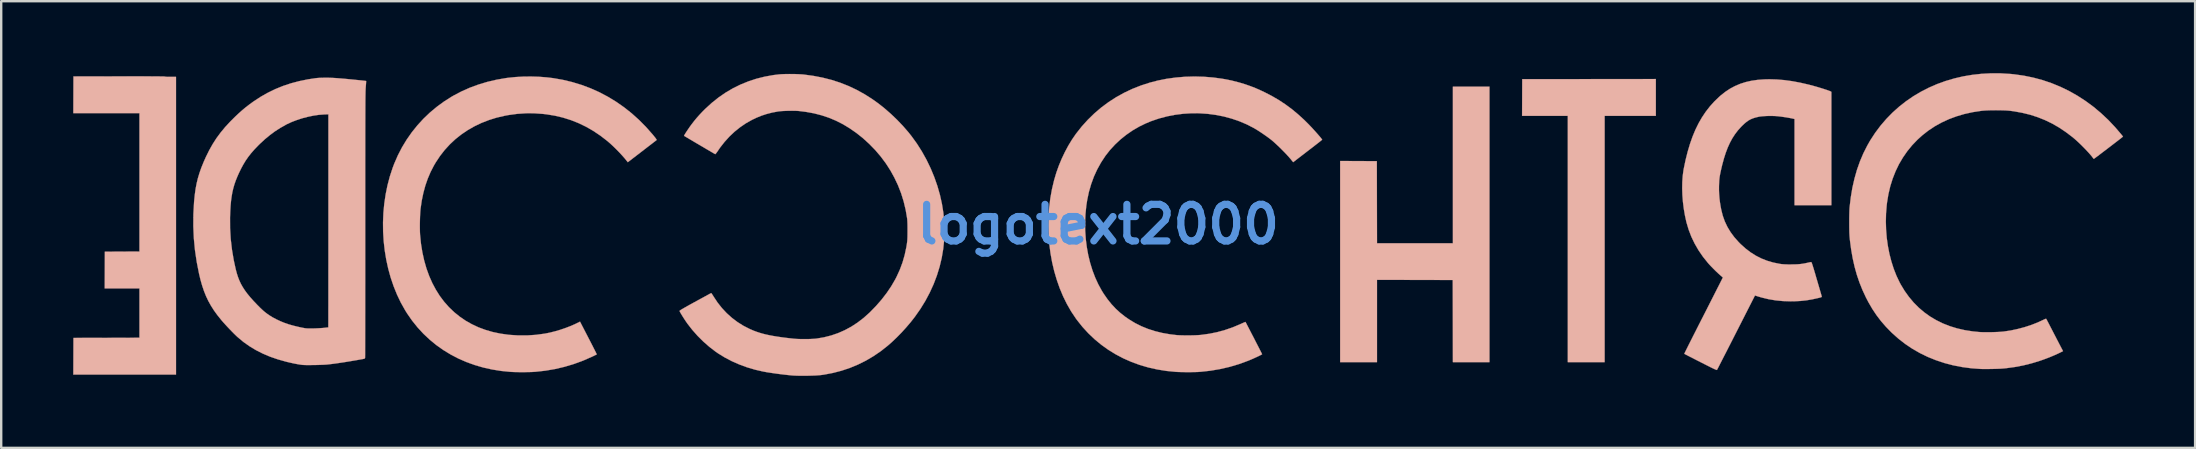
<source format=kicad_pcb>
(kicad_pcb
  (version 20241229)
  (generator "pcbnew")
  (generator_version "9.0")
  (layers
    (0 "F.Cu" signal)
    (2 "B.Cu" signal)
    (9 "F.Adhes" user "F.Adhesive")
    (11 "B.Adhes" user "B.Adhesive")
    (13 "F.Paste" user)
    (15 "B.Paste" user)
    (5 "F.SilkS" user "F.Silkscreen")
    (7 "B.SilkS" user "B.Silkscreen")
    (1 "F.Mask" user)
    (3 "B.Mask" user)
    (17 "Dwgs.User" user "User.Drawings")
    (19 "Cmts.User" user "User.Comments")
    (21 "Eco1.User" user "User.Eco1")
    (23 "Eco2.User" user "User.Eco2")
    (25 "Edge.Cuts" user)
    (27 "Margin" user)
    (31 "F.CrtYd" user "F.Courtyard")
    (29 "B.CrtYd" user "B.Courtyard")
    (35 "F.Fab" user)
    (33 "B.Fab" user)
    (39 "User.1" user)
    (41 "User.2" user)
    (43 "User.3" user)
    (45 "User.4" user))
  (footprint "logotext2000"
    (layer "F.Cu")
    (at 42.715 6.301)
    (property "Reference" "logotext2000" (at 0 0 0) (layer "Cmts.User") (effects (font (size 1.524 1.524) (thickness 0.3))))
    (attr through_hole)
    (fp_poly (pts (xy 23.241 -4.521) (xy 21.107 -4.521) (xy 21.107 5.74) (xy 19.571 5.74) (xy 19.571 -4.521) (xy 17.666 -4.521) (xy 17.669 -5.286) (xy 17.672 -6.052) (xy 20.457 -6.055) (xy 23.241 -6.058) (xy 23.241 -4.521)) (stroke (width 0.01) (type solid)) (fill yes) (layer "B.SilkS"))
    (fp_poly (pts (xy 16.307 5.74) (xy 14.783 5.74) (xy 14.78 4.029) (xy 14.776 2.318) (xy 11.62 2.311) (xy 11.62 5.74) (xy 10.084 5.74) (xy 10.084 -2.642) (xy 10.849 -2.639) (xy 11.614 -2.635) (xy 11.617 -0.924) (xy 11.621 0.787) (xy 14.783 0.787) (xy 14.783 -5.74) (xy 16.307 -5.74) (xy 16.307 5.74)) (stroke (width 0.01) (type solid)) (fill yes) (layer "B.SilkS"))
    (fp_poly (pts (xy -39.978 -6.17) (xy -39.756 -6.169) (xy -39.559 -6.169) (xy -39.387 -6.168) (xy -39.241 -6.168) (xy -39.12 -6.166) (xy -39.024 -6.165) (xy -38.953 -6.164) (xy -38.908 -6.162) (xy -38.888 -6.16) (xy -38.887 -6.16) (xy -38.875 -6.155) (xy -38.839 -6.151) (xy -38.78 -6.148) (xy -38.702 -6.147) (xy -38.659 -6.147) (xy -38.43 -6.147) (xy -38.43 6.261) (xy -42.71 6.261) (xy -42.707 5.496) (xy -42.704 4.731) (xy -41.329 4.728) (xy -39.954 4.724) (xy -39.954 3.696) (xy -39.954 2.667) (xy -41.402 2.667) (xy -41.399 1.902) (xy -41.396 1.137) (xy -39.954 1.13) (xy -39.954 -4.636) (xy -42.71 -4.636) (xy -42.707 -5.401) (xy -42.704 -6.166) (xy -40.796 -6.169) (xy -40.498 -6.169) (xy -40.225 -6.17) (xy -39.978 -6.17)) (stroke (width 0.01) (type solid)) (fill yes) (layer "B.SilkS"))
    (fp_poly (pts (xy -23.305 -6.152) (xy -22.983 -6.127) (xy -22.714 -6.095) (xy -22.309 -6.024) (xy -21.913 -5.929) (xy -21.527 -5.811) (xy -21.151 -5.67) (xy -20.786 -5.507) (xy -20.432 -5.32) (xy -20.09 -5.112) (xy -19.759 -4.881) (xy -19.44 -4.628) (xy -19.135 -4.354) (xy -18.842 -4.058) (xy -18.562 -3.741) (xy -18.474 -3.633) (xy -18.44 -3.589) (xy -18.415 -3.552) (xy -18.4 -3.526) (xy -18.399 -3.517) (xy -18.41 -3.508) (xy -18.44 -3.484) (xy -18.487 -3.448) (xy -18.548 -3.401) (xy -18.623 -3.343) (xy -18.708 -3.278) (xy -18.803 -3.205) (xy -18.906 -3.126) (xy -19.005 -3.049) (xy -19.602 -2.591) (xy -19.634 -2.632) (xy -19.727 -2.746) (xy -19.836 -2.87) (xy -19.955 -2.999) (xy -20.081 -3.128) (xy -20.207 -3.252) (xy -20.33 -3.366) (xy -20.445 -3.465) (xy -20.451 -3.471) (xy -20.74 -3.694) (xy -21.036 -3.893) (xy -21.34 -4.068) (xy -21.652 -4.219) (xy -21.973 -4.346) (xy -22.303 -4.45) (xy -22.642 -4.53) (xy -22.991 -4.587) (xy -23.127 -4.603) (xy -23.492 -4.629) (xy -23.853 -4.63) (xy -24.212 -4.606) (xy -24.572 -4.557) (xy -24.733 -4.527) (xy -25.068 -4.449) (xy -25.389 -4.349) (xy -25.698 -4.229) (xy -25.992 -4.089) (xy -26.272 -3.929) (xy -26.536 -3.75) (xy -26.785 -3.553) (xy -27.016 -3.337) (xy -27.231 -3.103) (xy -27.427 -2.852) (xy -27.605 -2.584) (xy -27.684 -2.449) (xy -27.821 -2.183) (xy -27.939 -1.906) (xy -28.04 -1.616) (xy -28.122 -1.312) (xy -28.189 -0.991) (xy -28.238 -0.653) (xy -28.239 -0.648) (xy -28.247 -0.561) (xy -28.254 -0.454) (xy -28.26 -0.333) (xy -28.264 -0.202) (xy -28.267 -0.067) (xy -28.268 0.067) (xy -28.267 0.194) (xy -28.265 0.309) (xy -28.26 0.407) (xy -28.259 0.432) (xy -28.221 0.806) (xy -28.163 1.166) (xy -28.087 1.509) (xy -27.993 1.837) (xy -27.88 2.148) (xy -27.75 2.443) (xy -27.602 2.72) (xy -27.438 2.981) (xy -27.256 3.223) (xy -27.057 3.448) (xy -26.843 3.654) (xy -26.612 3.841) (xy -26.366 4.01) (xy -26.105 4.158) (xy -25.829 4.288) (xy -25.537 4.396) (xy -25.232 4.485) (xy -24.913 4.552) (xy -24.579 4.599) (xy -24.543 4.603) (xy -24.169 4.627) (xy -23.8 4.627) (xy -23.434 4.603) (xy -23.07 4.554) (xy -23.058 4.552) (xy -22.856 4.512) (xy -22.641 4.458) (xy -22.422 4.394) (xy -22.204 4.32) (xy -21.995 4.24) (xy -21.802 4.156) (xy -21.728 4.12) (xy -21.593 4.053) (xy -21.242 4.733) (xy -21.179 4.854) (xy -21.12 4.969) (xy -21.065 5.075) (xy -21.017 5.171) (xy -20.975 5.253) (xy -20.941 5.321) (xy -20.915 5.373) (xy -20.9 5.405) (xy -20.895 5.418) (xy -20.895 5.418) (xy -20.907 5.424) (xy -20.939 5.44) (xy -20.985 5.463) (xy -21.043 5.491) (xy -21.083 5.51) (xy -21.458 5.675) (xy -21.843 5.816) (xy -22.235 5.934) (xy -22.634 6.028) (xy -23.038 6.097) (xy -23.445 6.142) (xy -23.506 6.146) (xy -23.59 6.151) (xy -23.694 6.154) (xy -23.811 6.156) (xy -23.937 6.157) (xy -24.066 6.157) (xy -24.192 6.156) (xy -24.309 6.154) (xy -24.411 6.15) (xy -24.492 6.146) (xy -24.883 6.107) (xy -25.263 6.046) (xy -25.632 5.963) (xy -25.99 5.859) (xy -26.335 5.734) (xy -26.668 5.588) (xy -26.987 5.421) (xy -27.292 5.235) (xy -27.583 5.029) (xy -27.858 4.803) (xy -28.118 4.559) (xy -28.361 4.296) (xy -28.587 4.015) (xy -28.796 3.716) (xy -28.881 3.579) (xy -29.06 3.261) (xy -29.22 2.927) (xy -29.361 2.579) (xy -29.483 2.22) (xy -29.585 1.851) (xy -29.668 1.473) (xy -29.731 1.089) (xy -29.775 0.701) (xy -29.799 0.309) (xy -29.803 -0.083) (xy -29.787 -0.475) (xy -29.751 -0.864) (xy -29.694 -1.249) (xy -29.617 -1.628) (xy -29.519 -1.999) (xy -29.4 -2.361) (xy -29.335 -2.532) (xy -29.184 -2.878) (xy -29.012 -3.211) (xy -28.818 -3.531) (xy -28.604 -3.837) (xy -28.37 -4.128) (xy -28.118 -4.403) (xy -27.848 -4.661) (xy -27.56 -4.901) (xy -27.257 -5.123) (xy -26.938 -5.325) (xy -26.867 -5.366) (xy -26.536 -5.54) (xy -26.19 -5.694) (xy -25.831 -5.826) (xy -25.46 -5.938) (xy -25.078 -6.028) (xy -24.687 -6.096) (xy -24.597 -6.108) (xy -24.287 -6.14) (xy -23.964 -6.158) (xy -23.634 -6.162) (xy -23.305 -6.152)) (stroke (width 0.01) (type solid)) (fill yes) (layer "B.SilkS"))
    (fp_poly (pts (xy 4.407 -6.152) (xy 4.796 -6.121) (xy 5.179 -6.069) (xy 5.553 -5.997) (xy 5.89 -5.91) (xy 6.128 -5.838) (xy 6.353 -5.759) (xy 6.575 -5.672) (xy 6.801 -5.571) (xy 6.966 -5.492) (xy 7.263 -5.337) (xy 7.543 -5.173) (xy 7.811 -4.995) (xy 8.071 -4.803) (xy 8.325 -4.592) (xy 8.579 -4.361) (xy 8.719 -4.223) (xy 8.781 -4.161) (xy 8.848 -4.09) (xy 8.918 -4.016) (xy 8.989 -3.938) (xy 9.059 -3.861) (xy 9.125 -3.787) (xy 9.186 -3.717) (xy 9.24 -3.654) (xy 9.283 -3.602) (xy 9.314 -3.562) (xy 9.332 -3.536) (xy 9.335 -3.529) (xy 9.325 -3.519) (xy 9.296 -3.496) (xy 9.252 -3.46) (xy 9.192 -3.413) (xy 9.119 -3.356) (xy 9.034 -3.29) (xy 8.94 -3.217) (xy 8.838 -3.139) (xy 8.73 -3.056) (xy 8.126 -2.592) (xy 8.011 -2.734) (xy 7.949 -2.806) (xy 7.872 -2.891) (xy 7.784 -2.985) (xy 7.687 -3.083) (xy 7.587 -3.183) (xy 7.487 -3.279) (xy 7.39 -3.369) (xy 7.302 -3.449) (xy 7.225 -3.514) (xy 7.214 -3.523) (xy 7.124 -3.592) (xy 7.02 -3.668) (xy 6.907 -3.747) (xy 6.791 -3.826) (xy 6.678 -3.9) (xy 6.573 -3.965) (xy 6.493 -4.012) (xy 6.197 -4.165) (xy 5.889 -4.296) (xy 5.57 -4.406) (xy 5.243 -4.495) (xy 4.91 -4.561) (xy 4.571 -4.606) (xy 4.23 -4.629) (xy 3.887 -4.631) (xy 3.545 -4.61) (xy 3.206 -4.567) (xy 2.87 -4.502) (xy 2.54 -4.415) (xy 2.219 -4.306) (xy 1.982 -4.208) (xy 1.701 -4.071) (xy 1.43 -3.912) (xy 1.172 -3.734) (xy 0.929 -3.539) (xy 0.702 -3.327) (xy 0.494 -3.101) (xy 0.307 -2.863) (xy 0.297 -2.849) (xy 0.117 -2.575) (xy -0.041 -2.289) (xy -0.178 -1.99) (xy -0.292 -1.679) (xy -0.386 -1.354) (xy -0.457 -1.016) (xy -0.495 -0.77) (xy -0.529 -0.424) (xy -0.544 -0.077) (xy -0.54 0.269) (xy -0.516 0.613) (xy -0.473 0.951) (xy -0.413 1.282) (xy -0.334 1.604) (xy -0.238 1.915) (xy -0.125 2.214) (xy 0.005 2.497) (xy 0.151 2.763) (xy 0.232 2.893) (xy 0.392 3.122) (xy 0.558 3.328) (xy 0.734 3.516) (xy 0.923 3.689) (xy 1.128 3.85) (xy 1.291 3.962) (xy 1.54 4.113) (xy 1.802 4.244) (xy 2.077 4.356) (xy 2.366 4.449) (xy 2.67 4.524) (xy 2.991 4.58) (xy 3.245 4.611) (xy 3.33 4.618) (xy 3.435 4.622) (xy 3.554 4.625) (xy 3.682 4.626) (xy 3.815 4.626) (xy 3.945 4.624) (xy 4.068 4.62) (xy 4.178 4.614) (xy 4.271 4.607) (xy 4.288 4.605) (xy 4.63 4.558) (xy 4.961 4.491) (xy 5.283 4.402) (xy 5.603 4.292) (xy 5.923 4.158) (xy 5.95 4.145) (xy 6.013 4.117) (xy 6.067 4.093) (xy 6.109 4.076) (xy 6.134 4.066) (xy 6.139 4.065) (xy 6.146 4.078) (xy 6.164 4.11) (xy 6.19 4.161) (xy 6.224 4.226) (xy 6.265 4.305) (xy 6.311 4.394) (xy 6.361 4.491) (xy 6.414 4.593) (xy 6.469 4.699) (xy 6.524 4.806) (xy 6.578 4.912) (xy 6.63 5.013) (xy 6.679 5.108) (xy 6.723 5.194) (xy 6.761 5.269) (xy 6.793 5.331) (xy 6.816 5.377) (xy 6.829 5.404) (xy 6.833 5.411) (xy 6.822 5.42) (xy 6.791 5.437) (xy 6.743 5.462) (xy 6.683 5.491) (xy 6.613 5.524) (xy 6.536 5.559) (xy 6.458 5.595) (xy 6.379 5.629) (xy 6.305 5.66) (xy 6.252 5.682) (xy 5.872 5.821) (xy 5.482 5.937) (xy 5.084 6.029) (xy 4.679 6.098) (xy 4.269 6.143) (xy 4.223 6.146) (xy 4.146 6.151) (xy 4.048 6.154) (xy 3.936 6.156) (xy 3.815 6.157) (xy 3.69 6.157) (xy 3.566 6.156) (xy 3.448 6.154) (xy 3.343 6.151) (xy 3.254 6.147) (xy 3.226 6.145) (xy 2.835 6.106) (xy 2.454 6.044) (xy 2.084 5.961) (xy 1.726 5.856) (xy 1.38 5.729) (xy 1.047 5.582) (xy 0.727 5.413) (xy 0.421 5.225) (xy 0.129 5.016) (xy -0.148 4.787) (xy -0.409 4.539) (xy -0.654 4.272) (xy -0.882 3.986) (xy -0.936 3.912) (xy -1.129 3.622) (xy -1.305 3.315) (xy -1.463 2.993) (xy -1.604 2.657) (xy -1.726 2.309) (xy -1.831 1.95) (xy -1.918 1.582) (xy -1.986 1.208) (xy -2.035 0.828) (xy -2.065 0.444) (xy -2.077 0.059) (xy -2.068 -0.327) (xy -2.041 -0.712) (xy -1.993 -1.093) (xy -1.925 -1.469) (xy -1.837 -1.839) (xy -1.745 -2.151) (xy -1.642 -2.44) (xy -1.523 -2.728) (xy -1.39 -3.009) (xy -1.245 -3.28) (xy -1.09 -3.535) (xy -0.928 -3.771) (xy -0.927 -3.772) (xy -0.688 -4.075) (xy -0.431 -4.36) (xy -0.159 -4.625) (xy 0.128 -4.87) (xy 0.431 -5.095) (xy 0.749 -5.3) (xy 1.08 -5.484) (xy 1.425 -5.647) (xy 1.783 -5.788) (xy 2.153 -5.908) (xy 2.485 -5.994) (xy 2.856 -6.068) (xy 3.237 -6.12) (xy 3.625 -6.152) (xy 4.016 -6.163) (xy 4.407 -6.152)) (stroke (width 0.01) (type solid)) (fill yes) (layer "B.SilkS"))
    (fp_poly (pts (xy 37.616 -6.294) (xy 38.024 -6.269) (xy 38.176 -6.254) (xy 38.578 -6.197) (xy 38.972 -6.116) (xy 39.359 -6.012) (xy 39.736 -5.884) (xy 40.105 -5.732) (xy 40.464 -5.558) (xy 40.812 -5.361) (xy 41.15 -5.142) (xy 41.477 -4.901) (xy 41.791 -4.638) (xy 42.094 -4.354) (xy 42.383 -4.048) (xy 42.631 -3.758) (xy 42.709 -3.661) (xy 42.681 -3.636) (xy 42.662 -3.62) (xy 42.627 -3.592) (xy 42.576 -3.552) (xy 42.512 -3.503) (xy 42.438 -3.446) (xy 42.356 -3.383) (xy 42.267 -3.315) (xy 42.174 -3.243) (xy 42.079 -3.171) (xy 41.985 -3.099) (xy 41.892 -3.029) (xy 41.805 -2.962) (xy 41.724 -2.901) (xy 41.652 -2.846) (xy 41.591 -2.801) (xy 41.543 -2.765) (xy 41.51 -2.741) (xy 41.495 -2.731) (xy 41.495 -2.731) (xy 41.481 -2.74) (xy 41.462 -2.763) (xy 41.459 -2.767) (xy 41.409 -2.834) (xy 41.342 -2.913) (xy 41.262 -3.003) (xy 41.173 -3.099) (xy 41.076 -3.199) (xy 40.976 -3.3) (xy 40.875 -3.397) (xy 40.776 -3.489) (xy 40.683 -3.571) (xy 40.602 -3.639) (xy 40.32 -3.852) (xy 40.037 -4.041) (xy 39.749 -4.206) (xy 39.454 -4.348) (xy 39.151 -4.469) (xy 38.837 -4.57) (xy 38.509 -4.65) (xy 38.167 -4.712) (xy 38.011 -4.733) (xy 37.921 -4.742) (xy 37.81 -4.749) (xy 37.685 -4.753) (xy 37.549 -4.756) (xy 37.408 -4.757) (xy 37.267 -4.756) (xy 37.131 -4.753) (xy 37.005 -4.748) (xy 36.894 -4.741) (xy 36.805 -4.732) (xy 36.446 -4.677) (xy 36.101 -4.601) (xy 35.772 -4.504) (xy 35.457 -4.387) (xy 35.157 -4.249) (xy 34.873 -4.092) (xy 34.603 -3.914) (xy 34.349 -3.715) (xy 34.145 -3.531) (xy 33.921 -3.297) (xy 33.718 -3.048) (xy 33.535 -2.784) (xy 33.372 -2.506) (xy 33.231 -2.214) (xy 33.11 -1.907) (xy 33.01 -1.588) (xy 32.932 -1.255) (xy 32.875 -0.909) (xy 32.862 -0.8) (xy 32.834 -0.459) (xy 32.826 -0.116) (xy 32.836 0.227) (xy 32.864 0.567) (xy 32.911 0.902) (xy 32.975 1.23) (xy 33.057 1.547) (xy 33.155 1.853) (xy 33.269 2.143) (xy 33.4 2.417) (xy 33.442 2.496) (xy 33.606 2.768) (xy 33.787 3.021) (xy 33.983 3.255) (xy 34.196 3.469) (xy 34.424 3.663) (xy 34.668 3.838) (xy 34.928 3.992) (xy 35.202 4.127) (xy 35.491 4.241) (xy 35.795 4.334) (xy 36.113 4.407) (xy 36.446 4.459) (xy 36.696 4.484) (xy 36.789 4.49) (xy 36.9 4.493) (xy 37.025 4.494) (xy 37.157 4.493) (xy 37.291 4.491) (xy 37.422 4.486) (xy 37.544 4.481) (xy 37.652 4.473) (xy 37.741 4.465) (xy 37.744 4.464) (xy 38.031 4.421) (xy 38.321 4.359) (xy 38.607 4.283) (xy 38.886 4.192) (xy 39.151 4.088) (xy 39.387 3.979) (xy 39.441 3.953) (xy 39.478 3.938) (xy 39.499 3.933) (xy 39.511 3.938) (xy 39.511 3.939) (xy 39.519 3.954) (xy 39.538 3.988) (xy 39.565 4.041) (xy 39.601 4.109) (xy 39.643 4.19) (xy 39.69 4.281) (xy 39.742 4.381) (xy 39.778 4.451) (xy 39.836 4.563) (xy 39.893 4.673) (xy 39.948 4.78) (xy 40 4.879) (xy 40.045 4.967) (xy 40.084 5.041) (xy 40.113 5.098) (xy 40.122 5.114) (xy 40.21 5.282) (xy 40.094 5.34) (xy 39.968 5.4) (xy 39.824 5.464) (xy 39.669 5.529) (xy 39.509 5.591) (xy 39.35 5.649) (xy 39.249 5.684) (xy 38.898 5.791) (xy 38.55 5.878) (xy 38.2 5.944) (xy 37.841 5.993) (xy 37.694 6.007) (xy 37.634 6.011) (xy 37.555 6.015) (xy 37.459 6.019) (xy 37.354 6.022) (xy 37.243 6.024) (xy 37.131 6.026) (xy 37.024 6.027) (xy 36.926 6.027) (xy 36.843 6.026) (xy 36.779 6.025) (xy 36.385 5.996) (xy 36.001 5.945) (xy 35.627 5.872) (xy 35.264 5.777) (xy 34.913 5.66) (xy 34.573 5.523) (xy 34.247 5.364) (xy 33.934 5.185) (xy 33.636 4.985) (xy 33.352 4.765) (xy 33.083 4.525) (xy 33.053 4.496) (xy 32.827 4.264) (xy 32.622 4.027) (xy 32.435 3.782) (xy 32.263 3.524) (xy 32.102 3.248) (xy 31.997 3.047) (xy 31.854 2.74) (xy 31.727 2.425) (xy 31.617 2.101) (xy 31.523 1.764) (xy 31.444 1.413) (xy 31.38 1.046) (xy 31.329 0.66) (xy 31.316 0.527) (xy 31.311 0.457) (xy 31.306 0.366) (xy 31.303 0.258) (xy 31.301 0.138) (xy 31.3 0.01) (xy 31.3 -0.121) (xy 31.3 -0.252) (xy 31.302 -0.377) (xy 31.305 -0.493) (xy 31.308 -0.595) (xy 31.313 -0.679) (xy 31.316 -0.718) (xy 31.365 -1.132) (xy 31.432 -1.53) (xy 31.519 -1.911) (xy 31.623 -2.277) (xy 31.747 -2.627) (xy 31.89 -2.964) (xy 32.053 -3.286) (xy 32.174 -3.498) (xy 32.38 -3.814) (xy 32.604 -4.113) (xy 32.846 -4.395) (xy 33.104 -4.659) (xy 33.378 -4.905) (xy 33.667 -5.132) (xy 33.97 -5.34) (xy 34.287 -5.528) (xy 34.617 -5.697) (xy 34.958 -5.846) (xy 35.311 -5.974) (xy 35.674 -6.081) (xy 36.046 -6.168) (xy 36.427 -6.232) (xy 36.817 -6.275) (xy 37.213 -6.296) (xy 37.616 -6.294)) (stroke (width 0.01) (type solid)) (fill yes) (layer "B.SilkS"))
    (fp_poly (pts (xy 28.279 -6.039) (xy 28.594 -6.013) (xy 28.918 -5.969) (xy 29.254 -5.906) (xy 29.604 -5.826) (xy 29.883 -5.751) (xy 29.984 -5.722) (xy 30.086 -5.691) (xy 30.185 -5.661) (xy 30.278 -5.631) (xy 30.361 -5.604) (xy 30.431 -5.579) (xy 30.485 -5.559) (xy 30.52 -5.545) (xy 30.528 -5.54) (xy 30.556 -5.522) (xy 30.556 -0.8) (xy 29.02 -0.8) (xy 29.02 -4.392) (xy 28.932 -4.412) (xy 28.855 -4.428) (xy 28.76 -4.445) (xy 28.654 -4.463) (xy 28.544 -4.479) (xy 28.436 -4.494) (xy 28.339 -4.505) (xy 28.305 -4.509) (xy 28.206 -4.516) (xy 28.094 -4.519) (xy 27.976 -4.52) (xy 27.858 -4.517) (xy 27.745 -4.511) (xy 27.642 -4.502) (xy 27.556 -4.491) (xy 27.521 -4.484) (xy 27.396 -4.454) (xy 27.287 -4.42) (xy 27.189 -4.379) (xy 27.098 -4.328) (xy 27.009 -4.264) (xy 26.916 -4.186) (xy 26.817 -4.089) (xy 26.784 -4.055) (xy 26.654 -3.91) (xy 26.535 -3.753) (xy 26.426 -3.584) (xy 26.327 -3.4) (xy 26.236 -3.2) (xy 26.153 -2.981) (xy 26.077 -2.742) (xy 26.006 -2.481) (xy 25.977 -2.358) (xy 25.949 -2.236) (xy 25.927 -2.133) (xy 25.91 -2.044) (xy 25.897 -1.964) (xy 25.888 -1.887) (xy 25.881 -1.809) (xy 25.877 -1.723) (xy 25.874 -1.624) (xy 25.873 -1.613) (xy 25.872 -1.433) (xy 25.878 -1.262) (xy 25.891 -1.095) (xy 25.912 -0.923) (xy 25.942 -0.739) (xy 25.967 -0.61) (xy 26.029 -0.363) (xy 26.114 -0.125) (xy 26.222 0.103) (xy 26.354 0.322) (xy 26.509 0.532) (xy 26.689 0.735) (xy 26.773 0.82) (xy 26.98 1.006) (xy 27.192 1.167) (xy 27.411 1.305) (xy 27.639 1.421) (xy 27.878 1.515) (xy 28.13 1.589) (xy 28.396 1.643) (xy 28.423 1.647) (xy 28.487 1.656) (xy 28.557 1.662) (xy 28.638 1.666) (xy 28.733 1.669) (xy 28.848 1.669) (xy 28.867 1.669) (xy 29.005 1.668) (xy 29.124 1.664) (xy 29.231 1.656) (xy 29.332 1.644) (xy 29.434 1.627) (xy 29.543 1.604) (xy 29.572 1.598) (xy 29.625 1.586) (xy 29.672 1.576) (xy 29.703 1.571) (xy 29.711 1.57) (xy 29.717 1.572) (xy 29.724 1.579) (xy 29.732 1.593) (xy 29.741 1.615) (xy 29.754 1.649) (xy 29.769 1.695) (xy 29.788 1.755) (xy 29.812 1.831) (xy 29.84 1.925) (xy 29.874 2.039) (xy 29.913 2.174) (xy 29.942 2.273) (xy 29.98 2.402) (xy 30.016 2.525) (xy 30.049 2.638) (xy 30.079 2.741) (xy 30.105 2.83) (xy 30.126 2.903) (xy 30.142 2.958) (xy 30.152 2.992) (xy 30.155 3.004) (xy 30.156 3.015) (xy 30.15 3.024) (xy 30.134 3.034) (xy 30.104 3.044) (xy 30.056 3.057) (xy 29.998 3.071) (xy 29.754 3.125) (xy 29.515 3.165) (xy 29.272 3.191) (xy 29.019 3.204) (xy 28.854 3.206) (xy 28.539 3.196) (xy 28.237 3.167) (xy 27.941 3.118) (xy 27.648 3.047) (xy 27.488 3) (xy 27.372 2.963) (xy 26.588 4.503) (xy 26.494 4.688) (xy 26.403 4.867) (xy 26.315 5.039) (xy 26.232 5.202) (xy 26.154 5.355) (xy 26.081 5.496) (xy 26.015 5.625) (xy 25.957 5.74) (xy 25.905 5.84) (xy 25.863 5.923) (xy 25.829 5.988) (xy 25.805 6.033) (xy 25.792 6.058) (xy 25.79 6.063) (xy 25.784 6.066) (xy 25.773 6.065) (xy 25.756 6.06) (xy 25.729 6.05) (xy 25.693 6.034) (xy 25.644 6.012) (xy 25.582 5.982) (xy 25.505 5.944) (xy 25.41 5.896) (xy 25.297 5.839) (xy 25.164 5.772) (xy 25.104 5.741) (xy 24.983 5.68) (xy 24.868 5.621) (xy 24.763 5.567) (xy 24.668 5.519) (xy 24.586 5.477) (xy 24.519 5.442) (xy 24.469 5.416) (xy 24.437 5.4) (xy 24.427 5.394) (xy 24.431 5.382) (xy 24.447 5.348) (xy 24.473 5.295) (xy 24.508 5.223) (xy 24.553 5.134) (xy 24.605 5.029) (xy 24.665 4.91) (xy 24.732 4.777) (xy 24.805 4.632) (xy 24.884 4.477) (xy 24.967 4.312) (xy 25.055 4.139) (xy 25.146 3.96) (xy 25.169 3.916) (xy 25.262 3.733) (xy 25.353 3.555) (xy 25.44 3.383) (xy 25.524 3.218) (xy 25.603 3.063) (xy 25.676 2.919) (xy 25.743 2.787) (xy 25.803 2.668) (xy 25.856 2.565) (xy 25.9 2.478) (xy 25.935 2.409) (xy 25.96 2.359) (xy 25.975 2.331) (xy 25.976 2.328) (xy 26.034 2.212) (xy 25.922 2.117) (xy 25.838 2.041) (xy 25.743 1.952) (xy 25.645 1.855) (xy 25.549 1.757) (xy 25.461 1.663) (xy 25.409 1.604) (xy 25.202 1.345) (xy 25.018 1.077) (xy 24.858 0.8) (xy 24.72 0.513) (xy 24.607 0.219) (xy 24.517 -0.083) (xy 24.512 -0.103) (xy 24.452 -0.378) (xy 24.404 -0.659) (xy 24.369 -0.943) (xy 24.347 -1.224) (xy 24.338 -1.501) (xy 24.343 -1.769) (xy 24.361 -2.024) (xy 24.393 -2.262) (xy 24.402 -2.312) (xy 24.479 -2.681) (xy 24.566 -3.028) (xy 24.663 -3.353) (xy 24.77 -3.658) (xy 24.889 -3.944) (xy 25.02 -4.211) (xy 25.164 -4.461) (xy 25.321 -4.695) (xy 25.491 -4.914) (xy 25.675 -5.119) (xy 25.874 -5.311) (xy 25.946 -5.375) (xy 26.136 -5.525) (xy 26.334 -5.656) (xy 26.54 -5.766) (xy 26.757 -5.858) (xy 26.985 -5.931) (xy 27.228 -5.986) (xy 27.485 -6.023) (xy 27.759 -6.043) (xy 27.972 -6.048) (xy 28.279 -6.039)) (stroke (width 0.01) (type solid)) (fill yes) (layer "B.SilkS"))
    (fp_poly (pts (xy -12.728 -6.265) (xy -12.598 -6.263) (xy -12.474 -6.258) (xy -12.364 -6.252) (xy -12.272 -6.245) (xy -12.268 -6.244) (xy -11.87 -6.19) (xy -11.486 -6.116) (xy -11.116 -6.022) (xy -10.758 -5.907) (xy -10.411 -5.77) (xy -10.073 -5.611) (xy -9.744 -5.43) (xy -9.43 -5.232) (xy -9.163 -5.042) (xy -8.896 -4.83) (xy -8.633 -4.6) (xy -8.379 -4.357) (xy -8.138 -4.105) (xy -7.913 -3.846) (xy -7.783 -3.683) (xy -7.555 -3.368) (xy -7.345 -3.037) (xy -7.154 -2.693) (xy -6.982 -2.338) (xy -6.831 -1.974) (xy -6.701 -1.603) (xy -6.594 -1.229) (xy -6.51 -0.852) (xy -6.452 -0.491) (xy -6.416 -0.11) (xy -6.405 0.27) (xy -6.418 0.649) (xy -6.457 1.024) (xy -6.52 1.396) (xy -6.608 1.765) (xy -6.72 2.128) (xy -6.856 2.486) (xy -7.016 2.837) (xy -7.199 3.182) (xy -7.406 3.519) (xy -7.636 3.847) (xy -7.641 3.854) (xy -7.811 4.072) (xy -7.998 4.291) (xy -8.195 4.508) (xy -8.399 4.716) (xy -8.603 4.91) (xy -8.769 5.055) (xy -9.062 5.286) (xy -9.366 5.493) (xy -9.682 5.679) (xy -10.009 5.841) (xy -10.346 5.981) (xy -10.693 6.097) (xy -11.05 6.19) (xy -11.416 6.26) (xy -11.519 6.275) (xy -11.605 6.284) (xy -11.712 6.292) (xy -11.834 6.299) (xy -11.968 6.303) (xy -12.109 6.307) (xy -12.251 6.308) (xy -12.39 6.308) (xy -12.521 6.306) (xy -12.64 6.302) (xy -12.742 6.296) (xy -12.777 6.293) (xy -12.952 6.275) (xy -13.131 6.255) (xy -13.31 6.233) (xy -13.484 6.209) (xy -13.649 6.185) (xy -13.798 6.162) (xy -13.929 6.138) (xy -13.957 6.133) (xy -14.298 6.055) (xy -14.631 5.957) (xy -14.952 5.839) (xy -15.26 5.704) (xy -15.553 5.551) (xy -15.829 5.382) (xy -15.945 5.302) (xy -16.205 5.102) (xy -16.457 4.881) (xy -16.696 4.643) (xy -16.918 4.392) (xy -17.121 4.131) (xy -17.133 4.114) (xy -17.174 4.054) (xy -17.219 3.987) (xy -17.266 3.915) (xy -17.312 3.843) (xy -17.355 3.773) (xy -17.392 3.711) (xy -17.421 3.66) (xy -17.44 3.624) (xy -17.446 3.609) (xy -17.444 3.603) (xy -17.435 3.594) (xy -17.418 3.581) (xy -17.392 3.563) (xy -17.356 3.541) (xy -17.308 3.513) (xy -17.249 3.478) (xy -17.175 3.437) (xy -17.088 3.387) (xy -16.985 3.33) (xy -16.865 3.264) (xy -16.727 3.189) (xy -16.571 3.104) (xy -16.395 3.008) (xy -16.198 2.9) (xy -16.127 2.862) (xy -16.118 2.87) (xy -16.098 2.897) (xy -16.071 2.938) (xy -16.038 2.989) (xy -16.027 3.007) (xy -15.862 3.256) (xy -15.679 3.487) (xy -15.48 3.7) (xy -15.264 3.894) (xy -15.033 4.069) (xy -14.788 4.223) (xy -14.53 4.355) (xy -14.354 4.431) (xy -14.236 4.475) (xy -14.115 4.515) (xy -13.99 4.552) (xy -13.856 4.586) (xy -13.713 4.617) (xy -13.557 4.647) (xy -13.386 4.675) (xy -13.198 4.703) (xy -12.99 4.73) (xy -12.759 4.756) (xy -12.687 4.764) (xy -12.603 4.771) (xy -12.5 4.776) (xy -12.384 4.779) (xy -12.261 4.78) (xy -12.136 4.78) (xy -12.015 4.777) (xy -11.903 4.772) (xy -11.805 4.766) (xy -11.731 4.758) (xy -11.422 4.705) (xy -11.124 4.629) (xy -10.836 4.53) (xy -10.557 4.407) (xy -10.288 4.262) (xy -10.028 4.092) (xy -9.776 3.899) (xy -9.533 3.682) (xy -9.511 3.661) (xy -9.257 3.4) (xy -9.023 3.131) (xy -8.811 2.856) (xy -8.621 2.575) (xy -8.456 2.291) (xy -8.401 2.184) (xy -8.266 1.889) (xy -8.153 1.586) (xy -8.063 1.273) (xy -7.994 0.949) (xy -7.973 0.822) (xy -7.965 0.763) (xy -7.958 0.708) (xy -7.953 0.65) (xy -7.95 0.587) (xy -7.947 0.513) (xy -7.946 0.425) (xy -7.945 0.318) (xy -7.945 0.26) (xy -7.945 0.114) (xy -7.947 -0.011) (xy -7.951 -0.115) (xy -7.956 -0.195) (xy -7.96 -0.241) (xy -8.022 -0.605) (xy -8.106 -0.956) (xy -8.212 -1.297) (xy -8.341 -1.628) (xy -8.494 -1.951) (xy -8.659 -2.249) (xy -8.848 -2.543) (xy -9.06 -2.827) (xy -9.292 -3.099) (xy -9.543 -3.356) (xy -9.809 -3.598) (xy -10.077 -3.811) (xy -10.355 -4.004) (xy -10.636 -4.174) (xy -10.924 -4.32) (xy -11.22 -4.444) (xy -11.526 -4.546) (xy -11.844 -4.628) (xy -12.174 -4.688) (xy -12.478 -4.726) (xy -12.555 -4.731) (xy -12.651 -4.734) (xy -12.758 -4.735) (xy -12.872 -4.734) (xy -12.988 -4.731) (xy -13.099 -4.727) (xy -13.2 -4.721) (xy -13.285 -4.713) (xy -13.339 -4.706) (xy -13.585 -4.66) (xy -13.815 -4.601) (xy -14.035 -4.529) (xy -14.252 -4.44) (xy -14.427 -4.356) (xy -14.679 -4.214) (xy -14.921 -4.049) (xy -15.152 -3.864) (xy -15.369 -3.659) (xy -15.571 -3.436) (xy -15.758 -3.197) (xy -15.84 -3.076) (xy -15.884 -3.012) (xy -15.92 -2.965) (xy -15.945 -2.935) (xy -15.96 -2.926) (xy -15.96 -2.927) (xy -15.973 -2.934) (xy -16.005 -2.952) (xy -16.054 -2.981) (xy -16.119 -3.019) (xy -16.195 -3.064) (xy -16.282 -3.114) (xy -16.377 -3.17) (xy -16.476 -3.229) (xy -16.579 -3.289) (xy -16.683 -3.35) (xy -16.785 -3.41) (xy -16.883 -3.468) (xy -16.974 -3.522) (xy -17.057 -3.571) (xy -17.128 -3.614) (xy -17.187 -3.648) (xy -17.229 -3.673) (xy -17.253 -3.688) (xy -17.258 -3.691) (xy -17.254 -3.704) (xy -17.238 -3.733) (xy -17.212 -3.777) (xy -17.177 -3.832) (xy -17.136 -3.895) (xy -17.091 -3.961) (xy -17.045 -4.029) (xy -16.999 -4.094) (xy -16.955 -4.154) (xy -16.949 -4.162) (xy -16.84 -4.304) (xy -16.732 -4.435) (xy -16.619 -4.562) (xy -16.497 -4.692) (xy -16.369 -4.82) (xy -16.1 -5.066) (xy -15.819 -5.29) (xy -15.527 -5.491) (xy -15.223 -5.67) (xy -14.907 -5.826) (xy -14.58 -5.959) (xy -14.243 -6.07) (xy -13.894 -6.157) (xy -13.535 -6.222) (xy -13.303 -6.25) (xy -13.217 -6.257) (xy -13.111 -6.262) (xy -12.99 -6.265) (xy -12.861 -6.266) (xy -12.728 -6.265)) (stroke (width 0.01) (type solid)) (fill yes) (layer "B.SilkS"))
    (fp_poly (pts (xy -32.068 -6.111) (xy -31.902 -6.105) (xy -31.733 -6.095) (xy -31.667 -6.09) (xy -31.584 -6.083) (xy -31.488 -6.075) (xy -31.384 -6.066) (xy -31.275 -6.056) (xy -31.163 -6.045) (xy -31.051 -6.034) (xy -30.942 -6.023) (xy -30.839 -6.013) (xy -30.745 -6.003) (xy -30.663 -5.995) (xy -30.595 -5.987) (xy -30.544 -5.981) (xy -30.515 -5.977) (xy -30.507 -5.975) (xy -30.506 -5.961) (xy -30.508 -5.926) (xy -30.511 -5.873) (xy -30.516 -5.807) (xy -30.522 -5.731) (xy -30.523 -5.718) (xy -30.524 -5.696) (xy -30.526 -5.673) (xy -30.528 -5.646) (xy -30.529 -5.616) (xy -30.53 -5.581) (xy -30.532 -5.542) (xy -30.533 -5.496) (xy -30.534 -5.445) (xy -30.535 -5.386) (xy -30.536 -5.319) (xy -30.537 -5.244) (xy -30.538 -5.159) (xy -30.539 -5.064) (xy -30.539 -4.958) (xy -30.54 -4.841) (xy -30.54 -4.711) (xy -30.541 -4.568) (xy -30.541 -4.412) (xy -30.542 -4.241) (xy -30.542 -4.054) (xy -30.543 -3.852) (xy -30.543 -3.633) (xy -30.543 -3.397) (xy -30.543 -3.142) (xy -30.543 -2.869) (xy -30.544 -2.575) (xy -30.544 -2.262) (xy -30.544 -1.927) (xy -30.544 -1.571) (xy -30.544 -1.192) (xy -30.544 -0.789) (xy -30.544 -0.363) (xy -30.544 0.027) (xy -30.544 0.4) (xy -30.544 0.766) (xy -30.544 1.125) (xy -30.544 1.476) (xy -30.544 1.818) (xy -30.544 2.151) (xy -30.544 2.473) (xy -30.545 2.785) (xy -30.545 3.084) (xy -30.545 3.37) (xy -30.545 3.642) (xy -30.546 3.9) (xy -30.546 4.142) (xy -30.546 4.369) (xy -30.547 4.578) (xy -30.547 4.769) (xy -30.548 4.942) (xy -30.548 5.095) (xy -30.549 5.228) (xy -30.549 5.34) (xy -30.549 5.429) (xy -30.55 5.496) (xy -30.55 5.539) (xy -30.551 5.558) (xy -30.551 5.559) (xy -30.555 5.574) (xy -30.562 5.586) (xy -30.576 5.595) (xy -30.603 5.603) (xy -30.645 5.612) (xy -30.707 5.623) (xy -30.719 5.625) (xy -30.968 5.669) (xy -31.195 5.707) (xy -31.403 5.741) (xy -31.595 5.77) (xy -31.773 5.796) (xy -31.942 5.818) (xy -32.102 5.836) (xy -32.106 5.837) (xy -32.173 5.843) (xy -32.258 5.848) (xy -32.358 5.852) (xy -32.468 5.856) (xy -32.583 5.859) (xy -32.7 5.861) (xy -32.815 5.862) (xy -32.922 5.863) (xy -33.019 5.862) (xy -33.1 5.859) (xy -33.161 5.856) (xy -33.179 5.854) (xy -33.274 5.841) (xy -33.388 5.821) (xy -33.518 5.796) (xy -33.658 5.765) (xy -33.804 5.731) (xy -33.851 5.719) (xy -34.192 5.623) (xy -34.514 5.512) (xy -34.817 5.383) (xy -35.103 5.238) (xy -35.372 5.075) (xy -35.626 4.895) (xy -35.864 4.696) (xy -35.872 4.69) (xy -35.936 4.629) (xy -36.013 4.554) (xy -36.099 4.467) (xy -36.189 4.374) (xy -36.281 4.277) (xy -36.369 4.181) (xy -36.451 4.091) (xy -36.522 4.01) (xy -36.549 3.977) (xy -36.707 3.78) (xy -36.847 3.587) (xy -36.97 3.394) (xy -37.08 3.198) (xy -37.177 2.995) (xy -37.263 2.781) (xy -37.34 2.553) (xy -37.41 2.307) (xy -37.47 2.056) (xy -37.567 1.565) (xy -37.64 1.072) (xy -37.687 0.577) (xy -37.709 0.079) (xy -37.707 -0.279) (xy -36.178 -0.279) (xy -36.176 0.164) (xy -36.15 0.608) (xy -36.098 1.054) (xy -36.022 1.502) (xy -35.939 1.88) (xy -35.895 2.044) (xy -35.846 2.197) (xy -35.789 2.342) (xy -35.723 2.482) (xy -35.646 2.618) (xy -35.557 2.755) (xy -35.454 2.894) (xy -35.335 3.038) (xy -35.198 3.191) (xy -35.042 3.355) (xy -35.027 3.37) (xy -34.933 3.465) (xy -34.85 3.544) (xy -34.775 3.612) (xy -34.702 3.672) (xy -34.628 3.728) (xy -34.547 3.784) (xy -34.537 3.791) (xy -34.401 3.875) (xy -34.246 3.957) (xy -34.08 4.035) (xy -33.912 4.104) (xy -33.747 4.161) (xy -33.718 4.17) (xy -33.616 4.199) (xy -33.505 4.229) (xy -33.39 4.257) (xy -33.277 4.283) (xy -33.172 4.305) (xy -33.081 4.322) (xy -33.02 4.331) (xy -32.969 4.335) (xy -32.897 4.338) (xy -32.809 4.338) (xy -32.711 4.337) (xy -32.608 4.334) (xy -32.503 4.329) (xy -32.404 4.323) (xy -32.313 4.317) (xy -32.264 4.312) (xy -32.2 4.305) (xy -32.146 4.299) (xy -32.106 4.295) (xy -32.085 4.293) (xy -32.083 4.293) (xy -32.083 4.28) (xy -32.083 4.243) (xy -32.083 4.182) (xy -32.082 4.099) (xy -32.082 3.994) (xy -32.082 3.868) (xy -32.082 3.722) (xy -32.082 3.557) (xy -32.081 3.374) (xy -32.081 3.174) (xy -32.081 2.958) (xy -32.081 2.726) (xy -32.081 2.479) (xy -32.081 2.219) (xy -32.081 1.947) (xy -32.08 1.662) (xy -32.08 1.367) (xy -32.08 1.062) (xy -32.08 0.747) (xy -32.08 0.425) (xy -32.08 0.095) (xy -32.08 -0.148) (xy -32.08 -4.588) (xy -32.268 -4.581) (xy -32.48 -4.565) (xy -32.704 -4.532) (xy -32.934 -4.484) (xy -33.165 -4.424) (xy -33.39 -4.351) (xy -33.605 -4.269) (xy -33.802 -4.179) (xy -33.858 -4.149) (xy -34.09 -4.017) (xy -34.309 -3.876) (xy -34.518 -3.721) (xy -34.724 -3.551) (xy -34.93 -3.361) (xy -35.002 -3.29) (xy -35.16 -3.126) (xy -35.298 -2.968) (xy -35.421 -2.811) (xy -35.531 -2.652) (xy -35.632 -2.484) (xy -35.715 -2.33) (xy -35.801 -2.155) (xy -35.876 -1.987) (xy -35.941 -1.825) (xy -35.997 -1.665) (xy -36.043 -1.504) (xy -36.082 -1.337) (xy -36.112 -1.163) (xy -36.137 -0.978) (xy -36.155 -0.777) (xy -36.168 -0.559) (xy -36.177 -0.32) (xy -36.178 -0.279) (xy -37.707 -0.279) (xy -37.706 -0.422) (xy -37.678 -0.927) (xy -37.674 -0.975) (xy -37.648 -1.233) (xy -37.615 -1.474) (xy -37.572 -1.701) (xy -37.519 -1.922) (xy -37.453 -2.141) (xy -37.375 -2.363) (xy -37.281 -2.594) (xy -37.182 -2.816) (xy -37.046 -3.091) (xy -36.901 -3.348) (xy -36.745 -3.591) (xy -36.573 -3.824) (xy -36.384 -4.053) (xy -36.173 -4.281) (xy -36.144 -4.31) (xy -35.978 -4.476) (xy -35.82 -4.625) (xy -35.668 -4.761) (xy -35.517 -4.886) (xy -35.361 -5.006) (xy -35.198 -5.124) (xy -35.194 -5.126) (xy -34.9 -5.319) (xy -34.599 -5.489) (xy -34.29 -5.639) (xy -33.971 -5.769) (xy -33.64 -5.879) (xy -33.295 -5.97) (xy -32.935 -6.044) (xy -32.62 -6.092) (xy -32.508 -6.103) (xy -32.376 -6.109) (xy -32.228 -6.112) (xy -32.068 -6.111)) (stroke (width 0.01) (type solid)) (fill yes) (layer "B.SilkS")))
  (gr_rect
    (start -3 -3)
    (end 88.429 15.614)
    (stroke (width 0.1) (type default))
    (fill no)
    (layer "Edge.Cuts")))
</source>
